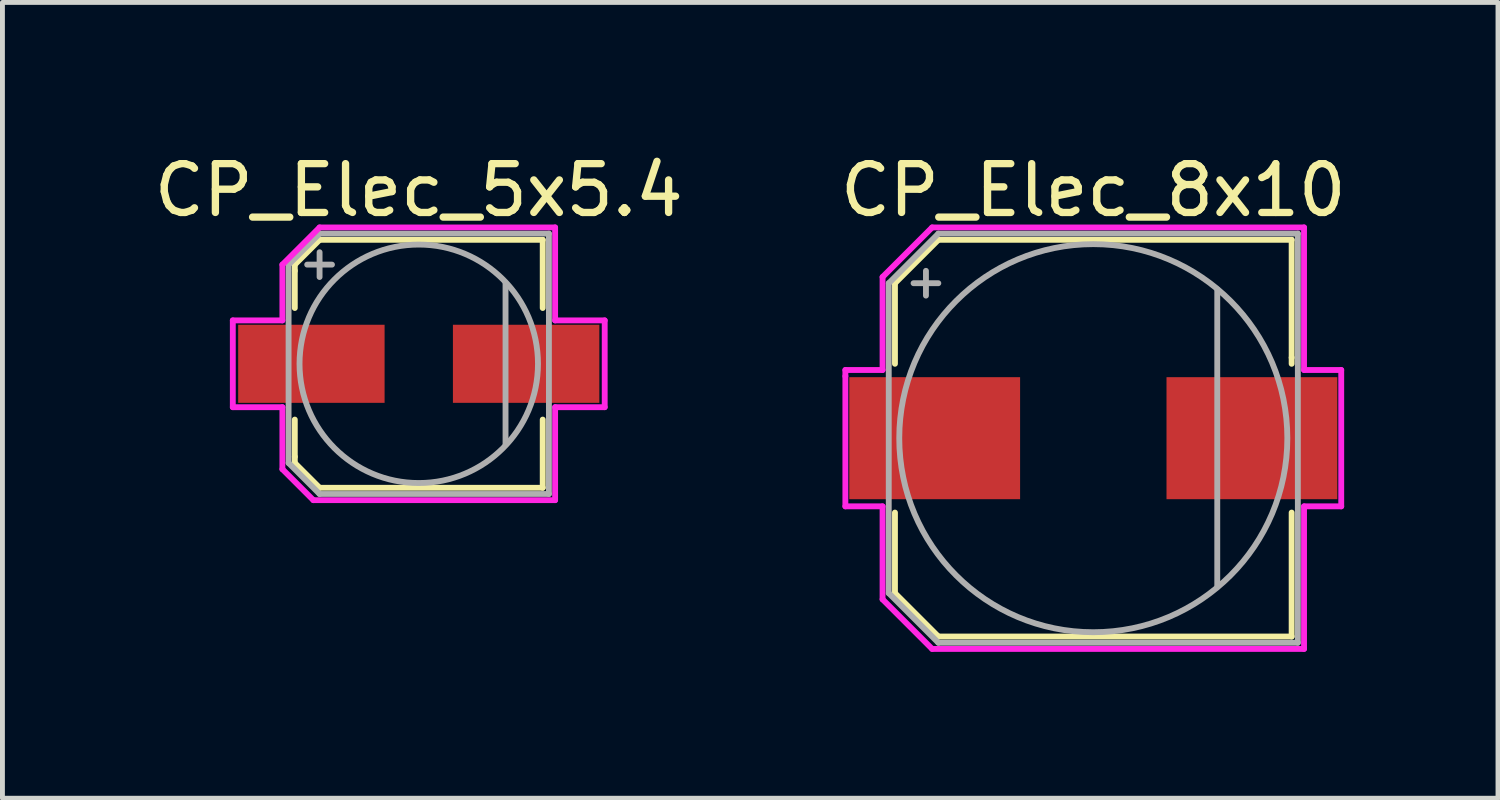
<source format=kicad_pcb>
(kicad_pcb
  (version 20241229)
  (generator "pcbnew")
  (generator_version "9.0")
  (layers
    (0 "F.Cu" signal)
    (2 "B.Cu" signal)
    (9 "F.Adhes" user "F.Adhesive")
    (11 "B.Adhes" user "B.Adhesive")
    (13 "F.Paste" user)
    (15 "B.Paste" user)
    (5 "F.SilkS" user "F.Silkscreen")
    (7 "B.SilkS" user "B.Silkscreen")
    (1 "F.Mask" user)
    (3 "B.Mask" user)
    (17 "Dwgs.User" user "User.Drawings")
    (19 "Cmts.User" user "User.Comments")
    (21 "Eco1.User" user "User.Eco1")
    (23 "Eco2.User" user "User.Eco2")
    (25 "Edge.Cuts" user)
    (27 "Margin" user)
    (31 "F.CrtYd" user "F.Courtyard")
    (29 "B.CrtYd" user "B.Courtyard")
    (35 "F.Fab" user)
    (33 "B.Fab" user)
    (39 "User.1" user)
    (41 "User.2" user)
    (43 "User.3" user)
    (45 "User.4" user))
  (footprint "CP_Elec_8x10"
    (layer "F.Cu")
    (at 19.351 5.928)
    (property "Reference" "CP_Elec_8x10" (at 0 -5.08 0) (layer "F.SilkS") (effects (font (size 1 1) (thickness 0.15))))
    (attr smd)
    (fp_line (start -4.064 -3.175) (end -3.175 -4.064) (stroke (width 0.12) (type solid)) (layer "F.SilkS"))
    (fp_line (start -4.064 -1.524) (end -4.064 -3.175) (stroke (width 0.12) (type solid)) (layer "F.SilkS"))
    (fp_line (start -4.064 1.524) (end -4.064 3.175) (stroke (width 0.12) (type solid)) (layer "F.SilkS"))
    (fp_line (start -4.064 3.175) (end -3.175 4.064) (stroke (width 0.12) (type solid)) (layer "F.SilkS"))
    (fp_line (start -3.175 -4.064) (end 4.064 -4.064) (stroke (width 0.12) (type solid)) (layer "F.SilkS"))
    (fp_line (start -3.175 4.064) (end 4.064 4.064) (stroke (width 0.12) (type solid)) (layer "F.SilkS"))
    (fp_line (start 4.064 -4.064) (end 4.064 -1.651) (stroke (width 0.12) (type solid)) (layer "F.SilkS"))
    (fp_line (start 4.064 -1.651) (end 4.064 -1.524) (stroke (width 0.12) (type solid)) (layer "F.SilkS"))
    (fp_line (start 4.064 4.064) (end 4.064 1.524) (stroke (width 0.12) (type solid)) (layer "F.SilkS"))
    (fp_line (start -5.08 -1.397) (end -5.08 -1.27) (stroke (width 0.12) (type solid)) (layer "F.CrtYd"))
    (fp_line (start -5.08 -1.27) (end -5.08 1.397) (stroke (width 0.12) (type solid)) (layer "F.CrtYd"))
    (fp_line (start -5.08 1.397) (end -4.318 1.397) (stroke (width 0.12) (type solid)) (layer "F.CrtYd"))
    (fp_line (start -4.318 -3.302) (end -4.318 -1.397) (stroke (width 0.12) (type solid)) (layer "F.CrtYd"))
    (fp_line (start -4.318 -1.397) (end -5.08 -1.397) (stroke (width 0.12) (type solid)) (layer "F.CrtYd"))
    (fp_line (start -4.318 1.397) (end -4.318 3.302) (stroke (width 0.12) (type solid)) (layer "F.CrtYd"))
    (fp_line (start -4.318 3.302) (end -3.302 4.318) (stroke (width 0.12) (type solid)) (layer "F.CrtYd"))
    (fp_line (start -3.302 -4.318) (end -4.318 -3.302) (stroke (width 0.12) (type solid)) (layer "F.CrtYd"))
    (fp_line (start -3.302 4.318) (end 4.318 4.318) (stroke (width 0.12) (type solid)) (layer "F.CrtYd"))
    (fp_line (start 4.318 -4.318) (end -3.302 -4.318) (stroke (width 0.12) (type solid)) (layer "F.CrtYd"))
    (fp_line (start 4.318 -1.397) (end 4.318 -4.318) (stroke (width 0.12) (type solid)) (layer "F.CrtYd"))
    (fp_line (start 4.318 1.397) (end 5.08 1.397) (stroke (width 0.12) (type solid)) (layer "F.CrtYd"))
    (fp_line (start 4.318 4.318) (end 4.318 1.397) (stroke (width 0.12) (type solid)) (layer "F.CrtYd"))
    (fp_line (start 5.08 -1.397) (end 4.318 -1.397) (stroke (width 0.12) (type solid)) (layer "F.CrtYd"))
    (fp_line (start 5.08 1.397) (end 5.08 -1.397) (stroke (width 0.12) (type solid)) (layer "F.CrtYd"))
    (fp_line (start -4.191 -3.175) (end -4.191 3.175) (stroke (width 0.12) (type solid)) (layer "F.Fab"))
    (fp_line (start -4.191 3.175) (end -3.175 4.191) (stroke (width 0.12) (type solid)) (layer "F.Fab"))
    (fp_line (start -3.683 -3.175) (end -3.175 -3.175) (stroke (width 0.12) (type solid)) (layer "F.Fab"))
    (fp_line (start -3.429 -3.429) (end -3.429 -2.921) (stroke (width 0.12) (type solid)) (layer "F.Fab"))
    (fp_line (start -3.175 -4.191) (end -4.191 -3.175) (stroke (width 0.12) (type solid)) (layer "F.Fab"))
    (fp_line (start -3.175 -4.191) (end 4.191 -4.191) (stroke (width 0.12) (type solid)) (layer "F.Fab"))
    (fp_line (start -3.175 4.191) (end 4.191 4.191) (stroke (width 0.12) (type solid)) (layer "F.Fab"))
    (fp_line (start 2.54 -3.048) (end 2.54 3.048) (stroke (width 0.12) (type solid)) (layer "F.Fab"))
    (fp_line (start 4.191 -4.191) (end 4.191 4.191) (stroke (width 0.12) (type solid)) (layer "F.Fab"))
    (fp_circle (center 0 0) (end 1.778 3.556) (stroke (width 0.12) (type solid)) (fill no) (layer "F.Fab"))
    (pad "1" smd rect (at -3.25 0) (size 3.5 2.5) (layers "F.Cu" "F.Mask" "F.Paste"))
    (pad "2" smd rect (at 3.25 0) (size 3.5 2.5) (layers "F.Cu" "F.Mask" "F.Paste")))
  (footprint "CP_Elec_5x5.4"
    (layer "F.Cu")
    (at 5.53 4.404)
    (property "Reference" "CP_Elec_5x5.4" (at 0 -3.556 0) (layer "F.SilkS") (effects (font (size 1 1) (thickness 0.15))))
    (attr smd)
    (fp_line (start -2.54 -2.032) (end -2.032 -2.54) (stroke (width 0.12) (type solid)) (layer "F.SilkS"))
    (fp_line (start -2.54 -1.905) (end -2.54 -2.032) (stroke (width 0.12) (type solid)) (layer "F.SilkS"))
    (fp_line (start -2.54 -1.905) (end -2.54 -1.143) (stroke (width 0.12) (type solid)) (layer "F.SilkS"))
    (fp_line (start -2.54 1.143) (end -2.54 1.905) (stroke (width 0.12) (type solid)) (layer "F.SilkS"))
    (fp_line (start -2.54 1.905) (end -2.54 2.032) (stroke (width 0.12) (type solid)) (layer "F.SilkS"))
    (fp_line (start -2.54 2.032) (end -2.032 2.54) (stroke (width 0.12) (type solid)) (layer "F.SilkS"))
    (fp_line (start -2.032 -2.54) (end 2.54 -2.54) (stroke (width 0.12) (type solid)) (layer "F.SilkS"))
    (fp_line (start -2.032 2.54) (end 2.54 2.54) (stroke (width 0.12) (type solid)) (layer "F.SilkS"))
    (fp_line (start 2.54 -2.54) (end 2.54 -1.143) (stroke (width 0.12) (type solid)) (layer "F.SilkS"))
    (fp_line (start 2.54 2.54) (end 2.54 1.143) (stroke (width 0.12) (type solid)) (layer "F.SilkS"))
    (fp_line (start -3.81 -0.889) (end -3.81 0.889) (stroke (width 0.12) (type solid)) (layer "F.CrtYd"))
    (fp_line (start -3.81 0.889) (end -2.794 0.889) (stroke (width 0.12) (type solid)) (layer "F.CrtYd"))
    (fp_line (start -2.794 -2.032) (end -2.794 -0.889) (stroke (width 0.12) (type solid)) (layer "F.CrtYd"))
    (fp_line (start -2.794 -0.889) (end -3.81 -0.889) (stroke (width 0.12) (type solid)) (layer "F.CrtYd"))
    (fp_line (start -2.794 0.889) (end -2.794 2.159) (stroke (width 0.12) (type solid)) (layer "F.CrtYd"))
    (fp_line (start -2.794 2.159) (end -2.159 2.794) (stroke (width 0.12) (type solid)) (layer "F.CrtYd"))
    (fp_line (start -2.159 2.794) (end 2.794 2.794) (stroke (width 0.12) (type solid)) (layer "F.CrtYd"))
    (fp_line (start -2.032 -2.794) (end -2.794 -2.032) (stroke (width 0.12) (type solid)) (layer "F.CrtYd"))
    (fp_line (start 2.794 -2.794) (end -2.032 -2.794) (stroke (width 0.12) (type solid)) (layer "F.CrtYd"))
    (fp_line (start 2.794 -0.889) (end 2.794 -2.794) (stroke (width 0.12) (type solid)) (layer "F.CrtYd"))
    (fp_line (start 2.794 0.889) (end 3.81 0.889) (stroke (width 0.12) (type solid)) (layer "F.CrtYd"))
    (fp_line (start 2.794 2.794) (end 2.794 0.889) (stroke (width 0.12) (type solid)) (layer "F.CrtYd"))
    (fp_line (start 3.81 -0.889) (end 2.794 -0.889) (stroke (width 0.12) (type solid)) (layer "F.CrtYd"))
    (fp_line (start 3.81 0.889) (end 3.81 -0.889) (stroke (width 0.12) (type solid)) (layer "F.CrtYd"))
    (fp_line (start -2.667 -2.032) (end -2.667 2.032) (stroke (width 0.12) (type solid)) (layer "F.Fab"))
    (fp_line (start -2.667 2.032) (end -2.032 2.667) (stroke (width 0.12) (type solid)) (layer "F.Fab"))
    (fp_line (start -2.286 -2.032) (end -1.778 -2.032) (stroke (width 0.12) (type solid)) (layer "F.Fab"))
    (fp_line (start -2.032 -2.667) (end -2.667 -2.032) (stroke (width 0.12) (type solid)) (layer "F.Fab"))
    (fp_line (start -2.032 -2.667) (end 2.667 -2.667) (stroke (width 0.12) (type solid)) (layer "F.Fab"))
    (fp_line (start -2.032 -2.286) (end -2.032 -1.778) (stroke (width 0.12) (type solid)) (layer "F.Fab"))
    (fp_line (start -2.032 2.667) (end 2.667 2.667) (stroke (width 0.12) (type solid)) (layer "F.Fab"))
    (fp_line (start 1.778 -1.651) (end 1.778 1.651) (stroke (width 0.12) (type solid)) (layer "F.Fab"))
    (fp_line (start 2.667 2.667) (end 2.667 -2.667) (stroke (width 0.12) (type solid)) (layer "F.Fab"))
    (fp_circle (center 0 0) (end 1.143 2.159) (stroke (width 0.12) (type solid)) (fill no) (layer "F.Fab"))
    (pad "1" smd rect (at -2.2 0) (size 3 1.6) (layers "F.Cu" "F.Mask" "F.Paste"))
    (pad "2" smd rect (at 2.2 0) (size 3 1.6) (layers "F.Cu" "F.Mask" "F.Paste")))
  (gr_rect
    (start -3 -3)
    (end 27.643 13.306)
    (stroke (width 0.1) (type default))
    (fill no)
    (layer "Edge.Cuts")))
</source>
